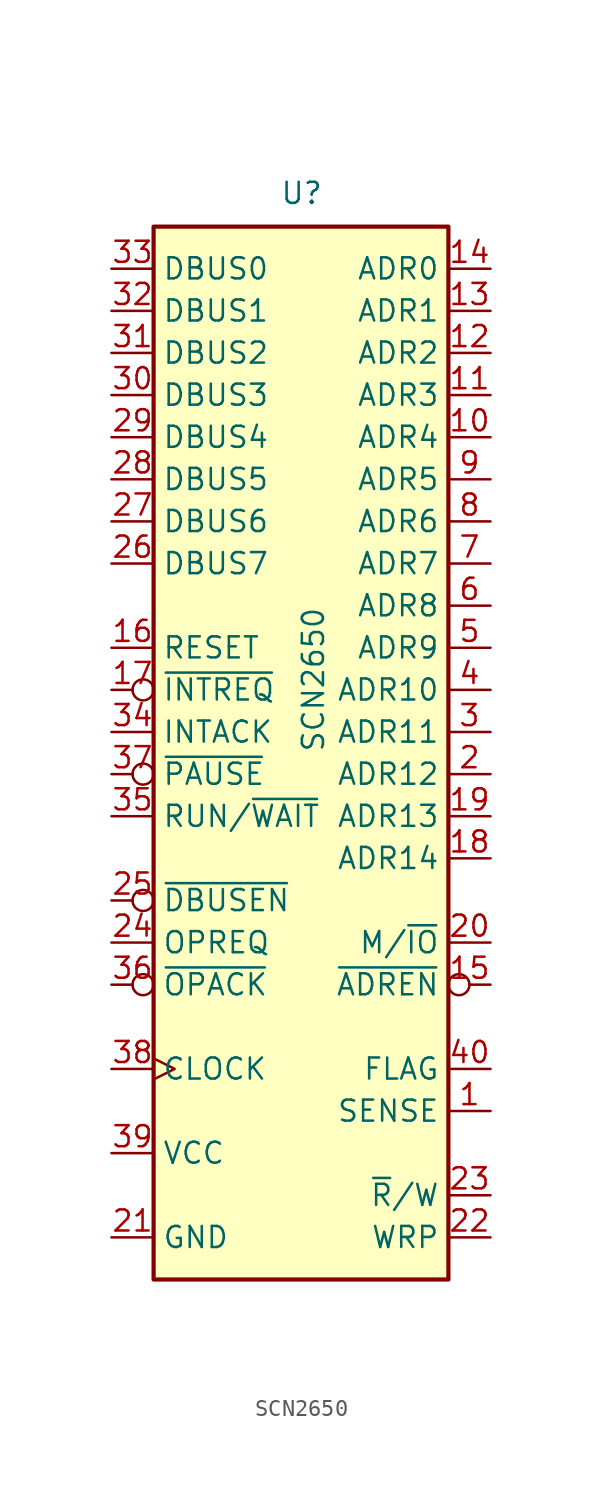
<source format=kicad_sym>
(kicad_symbol_lib
  (version 20231120)
  (generator "kicad_symbol_editor")
  (generator_version "8.0")
  (symbol "SCN2650"
    (property "Reference" "U"
      (at -1.27 31.75 0)
      (effects (font (size 1.27 1.27)) (justify left bottom)))
    (property "Value" "SCN2650"
      (at 0 -1.27 90)
      (effects (font (size 1.27 1.27)) (justify left top)))
    (symbol "SCN2650_0_1"
      (rectangle (start -8.89 -33.02) (end 8.89 30.48) (stroke (width 0.254) (type default)) (fill (type background))))
    (symbol "SCN2650_1_1"
      (pin input line (at 11.43 -22.86 180) (length 2.54) (name "SENSE" (effects (font (size 1.27 1.27)))) (number "1" (effects (font (size 1.27 1.27)))))
      (pin output line (at 11.43 17.78 180) (length 2.54) (name "ADR4" (effects (font (size 1.27 1.27)))) (number "10" (effects (font (size 1.27 1.27)))))
      (pin output line (at 11.43 20.32 180) (length 2.54) (name "ADR3" (effects (font (size 1.27 1.27)))) (number "11" (effects (font (size 1.27 1.27)))))
      (pin output line (at 11.43 22.86 180) (length 2.54) (name "ADR2" (effects (font (size 1.27 1.27)))) (number "12" (effects (font (size 1.27 1.27)))))
      (pin output line (at 11.43 25.4 180) (length 2.54) (name "ADR1" (effects (font (size 1.27 1.27)))) (number "13" (effects (font (size 1.27 1.27)))))
      (pin output line (at 11.43 27.94 180) (length 2.54) (name "ADR0" (effects (font (size 1.27 1.27)))) (number "14" (effects (font (size 1.27 1.27)))))
      (pin output inverted (at 11.43 -15.24 180) (length 2.54) (name "~{ADREN}" (effects (font (size 1.27 1.27)))) (number "15" (effects (font (size 1.27 1.27)))))
      (pin input line (at -11.43 5.08 0) (length 2.54) (name "RESET" (effects (font (size 1.27 1.27)))) (number "16" (effects (font (size 1.27 1.27)))))
      (pin input inverted (at -11.43 2.54 0) (length 2.54) (name "~{INTREQ}" (effects (font (size 1.27 1.27)))) (number "17" (effects (font (size 1.27 1.27)))))
      (pin output line (at 11.43 -7.62 180) (length 2.54) (name "ADR14" (effects (font (size 1.27 1.27)))) (number "18" (effects (font (size 1.27 1.27)))))
      (pin output line (at 11.43 -5.08 180) (length 2.54) (name "ADR13" (effects (font (size 1.27 1.27)))) (number "19" (effects (font (size 1.27 1.27)))))
      (pin output line (at 11.43 -2.54 180) (length 2.54) (name "ADR12" (effects (font (size 1.27 1.27)))) (number "2" (effects (font (size 1.27 1.27)))))
      (pin output line (at 11.43 -12.7 180) (length 2.54) (name "M/~{IO}" (effects (font (size 1.27 1.27)))) (number "20" (effects (font (size 1.27 1.27)))))
      (pin power_in line (at -11.43 -30.48 0) (length 2.54) (name "GND" (effects (font (size 1.27 1.27)))) (number "21" (effects (font (size 1.27 1.27)))))
      (pin output line (at 11.43 -30.48 180) (length 2.54) (name "WRP" (effects (font (size 1.27 1.27)))) (number "22" (effects (font (size 1.27 1.27)))))
      (pin output line (at 11.43 -27.94 180) (length 2.54) (name "~{R}/W" (effects (font (size 1.27 1.27)))) (number "23" (effects (font (size 1.27 1.27)))))
      (pin output line (at -11.43 -12.7 0) (length 2.54) (name "OPREQ" (effects (font (size 1.27 1.27)))) (number "24" (effects (font (size 1.27 1.27)))))
      (pin input inverted (at -11.43 -10.16 0) (length 2.54) (name "~{DBUSEN}" (effects (font (size 1.27 1.27)))) (number "25" (effects (font (size 1.27 1.27)))))
      (pin bidirectional line (at -11.43 10.16 0) (length 2.54) (name "DBUS7" (effects (font (size 1.27 1.27)))) (number "26" (effects (font (size 1.27 1.27)))))
      (pin bidirectional line (at -11.43 12.7 0) (length 2.54) (name "DBUS6" (effects (font (size 1.27 1.27)))) (number "27" (effects (font (size 1.27 1.27)))))
      (pin bidirectional line (at -11.43 15.24 0) (length 2.54) (name "DBUS5" (effects (font (size 1.27 1.27)))) (number "28" (effects (font (size 1.27 1.27)))))
      (pin bidirectional line (at -11.43 17.78 0) (length 2.54) (name "DBUS4" (effects (font (size 1.27 1.27)))) (number "29" (effects (font (size 1.27 1.27)))))
      (pin output line (at 11.43 0 180) (length 2.54) (name "ADR11" (effects (font (size 1.27 1.27)))) (number "3" (effects (font (size 1.27 1.27)))))
      (pin bidirectional line (at -11.43 20.32 0) (length 2.54) (name "DBUS3" (effects (font (size 1.27 1.27)))) (number "30" (effects (font (size 1.27 1.27)))))
      (pin bidirectional line (at -11.43 22.86 0) (length 2.54) (name "DBUS2" (effects (font (size 1.27 1.27)))) (number "31" (effects (font (size 1.27 1.27)))))
      (pin bidirectional line (at -11.43 25.4 0) (length 2.54) (name "DBUS1" (effects (font (size 1.27 1.27)))) (number "32" (effects (font (size 1.27 1.27)))))
      (pin bidirectional line (at -11.43 27.94 0) (length 2.54) (name "DBUS0" (effects (font (size 1.27 1.27)))) (number "33" (effects (font (size 1.27 1.27)))))
      (pin output line (at -11.43 0 0) (length 2.54) (name "INTACK" (effects (font (size 1.27 1.27)))) (number "34" (effects (font (size 1.27 1.27)))))
      (pin output line (at -11.43 -5.08 0) (length 2.54) (name "RUN/~{WAIT}" (effects (font (size 1.27 1.27)))) (number "35" (effects (font (size 1.27 1.27)))))
      (pin input inverted (at -11.43 -15.24 0) (length 2.54) (name "~{OPACK}" (effects (font (size 1.27 1.27)))) (number "36" (effects (font (size 1.27 1.27)))))
      (pin input inverted (at -11.43 -2.54 0) (length 2.54) (name "~{PAUSE}" (effects (font (size 1.27 1.27)))) (number "37" (effects (font (size 1.27 1.27)))))
      (pin input clock (at -11.43 -20.32 0) (length 2.54) (name "CLOCK" (effects (font (size 1.27 1.27)))) (number "38" (effects (font (size 1.27 1.27)))))
      (pin power_in line (at -11.43 -25.4 0) (length 2.54) (name "VCC" (effects (font (size 1.27 1.27)))) (number "39" (effects (font (size 1.27 1.27)))))
      (pin output line (at 11.43 2.54 180) (length 2.54) (name "ADR10" (effects (font (size 1.27 1.27)))) (number "4" (effects (font (size 1.27 1.27)))))
      (pin output line (at 11.43 -20.32 180) (length 2.54) (name "FLAG" (effects (font (size 1.27 1.27)))) (number "40" (effects (font (size 1.27 1.27)))))
      (pin output line (at 11.43 5.08 180) (length 2.54) (name "ADR9" (effects (font (size 1.27 1.27)))) (number "5" (effects (font (size 1.27 1.27)))))
      (pin output line (at 11.43 7.62 180) (length 2.54) (name "ADR8" (effects (font (size 1.27 1.27)))) (number "6" (effects (font (size 1.27 1.27)))))
      (pin output line (at 11.43 10.16 180) (length 2.54) (name "ADR7" (effects (font (size 1.27 1.27)))) (number "7" (effects (font (size 1.27 1.27)))))
      (pin output line (at 11.43 12.7 180) (length 2.54) (name "ADR6" (effects (font (size 1.27 1.27)))) (number "8" (effects (font (size 1.27 1.27)))))
      (pin output line (at 11.43 15.24 180) (length 2.54) (name "ADR5" (effects (font (size 1.27 1.27)))) (number "9" (effects (font (size 1.27 1.27))))))))
</source>
